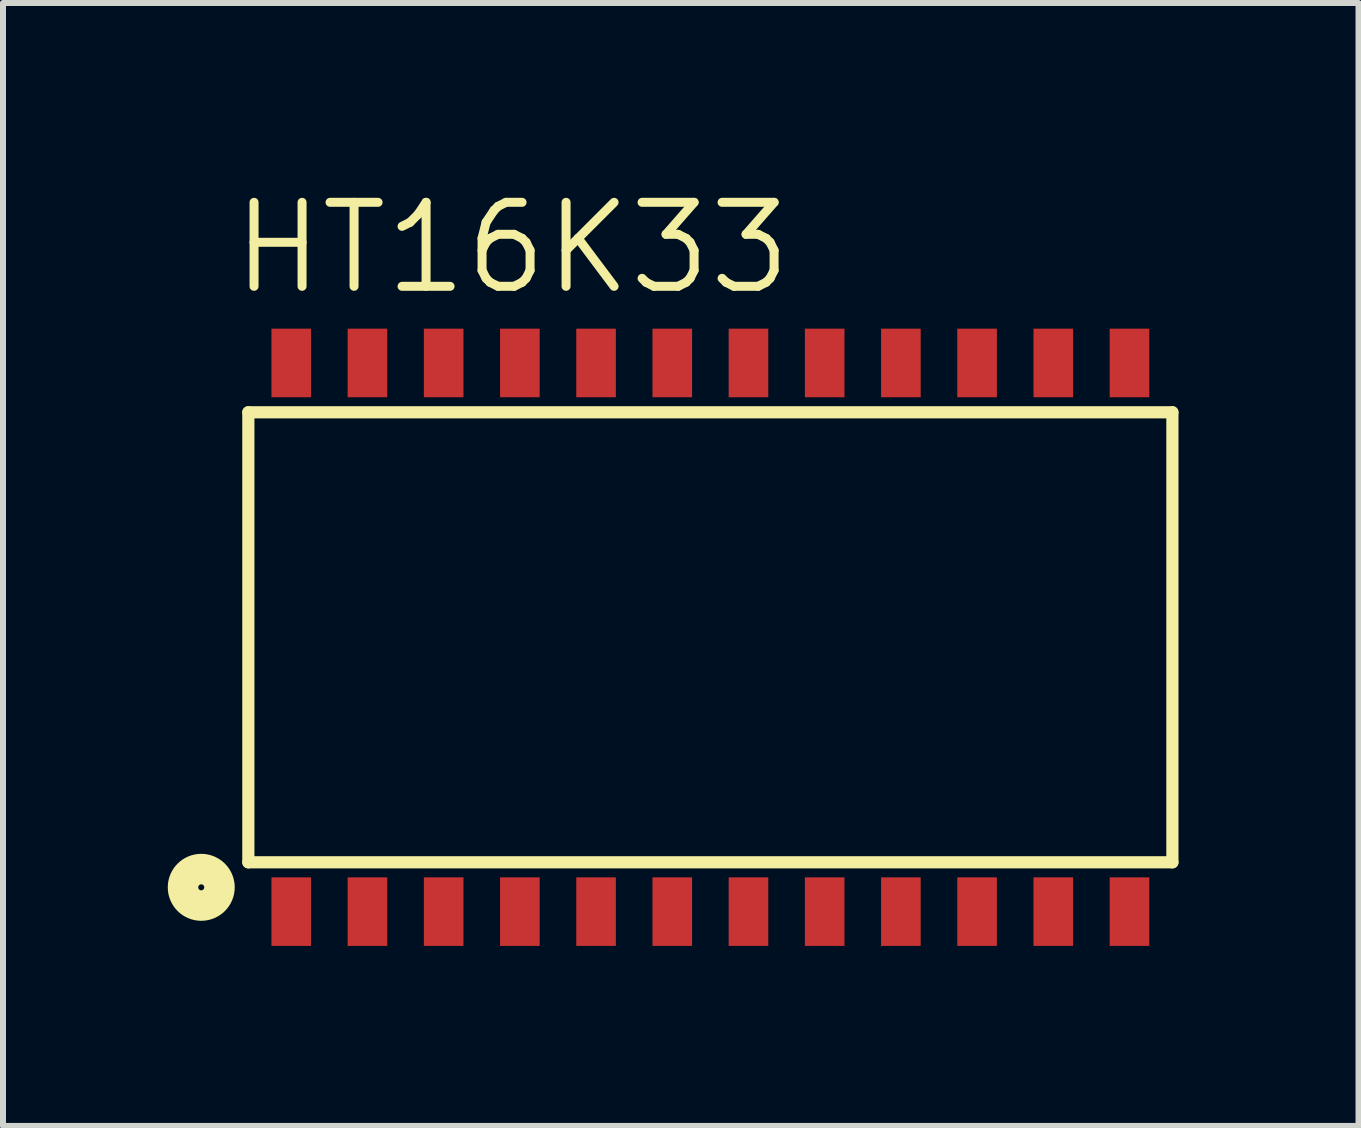
<source format=kicad_pcb>
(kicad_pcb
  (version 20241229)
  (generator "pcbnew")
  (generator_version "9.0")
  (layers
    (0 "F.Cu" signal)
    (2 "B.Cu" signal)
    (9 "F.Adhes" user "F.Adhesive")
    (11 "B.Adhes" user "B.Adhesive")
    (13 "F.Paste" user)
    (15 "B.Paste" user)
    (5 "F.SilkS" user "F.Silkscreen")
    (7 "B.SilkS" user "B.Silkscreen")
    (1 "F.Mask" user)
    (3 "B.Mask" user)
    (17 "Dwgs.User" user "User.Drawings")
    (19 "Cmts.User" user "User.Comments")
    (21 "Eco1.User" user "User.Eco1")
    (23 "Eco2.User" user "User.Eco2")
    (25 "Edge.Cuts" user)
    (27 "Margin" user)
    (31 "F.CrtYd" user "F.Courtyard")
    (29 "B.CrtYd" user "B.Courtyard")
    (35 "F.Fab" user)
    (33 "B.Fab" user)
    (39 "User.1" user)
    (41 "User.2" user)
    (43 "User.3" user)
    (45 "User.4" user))
  (footprint "HT16K33"
    (layer "F.Cu")
    (at 8.789 7.571)
    (property "Reference" "HT16K33" (at -3.305 -6.489 0) (layer "F.SilkS") (effects (font (size 1.4 1.4) (thickness 0.15))))
    (attr through_hole)
    (fp_line (start -7.7 -3.75) (end 7.7 -3.75) (stroke (width 0.203) (type solid)) (layer "F.SilkS"))
    (fp_line (start -7.7 3.75) (end -7.7 -3.75) (stroke (width 0.203) (type solid)) (layer "F.SilkS"))
    (fp_line (start 7.7 -3.75) (end 7.7 3.75) (stroke (width 0.203) (type solid)) (layer "F.SilkS"))
    (fp_line (start 7.7 3.75) (end -7.7 3.75) (stroke (width 0.203) (type solid)) (layer "F.SilkS"))
    (fp_circle (center -8.485 4.167) (end -8.435 4.167) (stroke (width 0.508) (type solid)) (fill no) (layer "F.SilkS"))
    (pad "1" smd rect (at -6.985 4.572) (size 0.66 1.143) (layers "F.Cu" "F.Mask" "F.Paste"))
    (pad "2" smd rect (at -5.715 4.572) (size 0.66 1.143) (layers "F.Cu" "F.Mask" "F.Paste"))
    (pad "3" smd rect (at -4.445 4.572) (size 0.66 1.143) (layers "F.Cu" "F.Mask" "F.Paste"))
    (pad "4" smd rect (at -3.175 4.572) (size 0.66 1.143) (layers "F.Cu" "F.Mask" "F.Paste"))
    (pad "5" smd rect (at -1.905 4.572) (size 0.66 1.143) (layers "F.Cu" "F.Mask" "F.Paste"))
    (pad "6" smd rect (at -0.635 4.572) (size 0.66 1.143) (layers "F.Cu" "F.Mask" "F.Paste"))
    (pad "7" smd rect (at 0.635 4.572) (size 0.66 1.143) (layers "F.Cu" "F.Mask" "F.Paste"))
    (pad "8" smd rect (at 1.905 4.572) (size 0.66 1.143) (layers "F.Cu" "F.Mask" "F.Paste"))
    (pad "9" smd rect (at 3.175 4.572) (size 0.66 1.143) (layers "F.Cu" "F.Mask" "F.Paste"))
    (pad "10" smd rect (at 4.445 4.572) (size 0.66 1.143) (layers "F.Cu" "F.Mask" "F.Paste"))
    (pad "11" smd rect (at 5.715 4.572) (size 0.66 1.143) (layers "F.Cu" "F.Mask" "F.Paste"))
    (pad "12" smd rect (at 6.985 4.572) (size 0.66 1.143) (layers "F.Cu" "F.Mask" "F.Paste"))
    (pad "13" smd rect (at 6.985 -4.572) (size 0.66 1.143) (layers "F.Cu" "F.Mask" "F.Paste"))
    (pad "14" smd rect (at 5.715 -4.572) (size 0.66 1.143) (layers "F.Cu" "F.Mask" "F.Paste"))
    (pad "15" smd rect (at 4.445 -4.572) (size 0.66 1.143) (layers "F.Cu" "F.Mask" "F.Paste"))
    (pad "16" smd rect (at 3.175 -4.572) (size 0.66 1.143) (layers "F.Cu" "F.Mask" "F.Paste"))
    (pad "17" smd rect (at 1.905 -4.572) (size 0.66 1.143) (layers "F.Cu" "F.Mask" "F.Paste"))
    (pad "18" smd rect (at 0.635 -4.572) (size 0.66 1.143) (layers "F.Cu" "F.Mask" "F.Paste"))
    (pad "19" smd rect (at -0.635 -4.572) (size 0.66 1.143) (layers "F.Cu" "F.Mask" "F.Paste"))
    (pad "20" smd rect (at -1.905 -4.572) (size 0.66 1.143) (layers "F.Cu" "F.Mask" "F.Paste"))
    (pad "21" smd rect (at -3.175 -4.572) (size 0.66 1.143) (layers "F.Cu" "F.Mask" "F.Paste"))
    (pad "22" smd rect (at -4.445 -4.572) (size 0.66 1.143) (layers "F.Cu" "F.Mask" "F.Paste"))
    (pad "23" smd rect (at -5.715 -4.572) (size 0.66 1.143) (layers "F.Cu" "F.Mask" "F.Paste"))
    (pad "24" smd rect (at -6.985 -4.572) (size 0.66 1.143) (layers "F.Cu" "F.Mask" "F.Paste")))
  (gr_rect
    (start -3 -3)
    (end 19.591 15.715)
    (stroke (width 0.1) (type default))
    (fill no)
    (layer "Edge.Cuts")))
</source>
